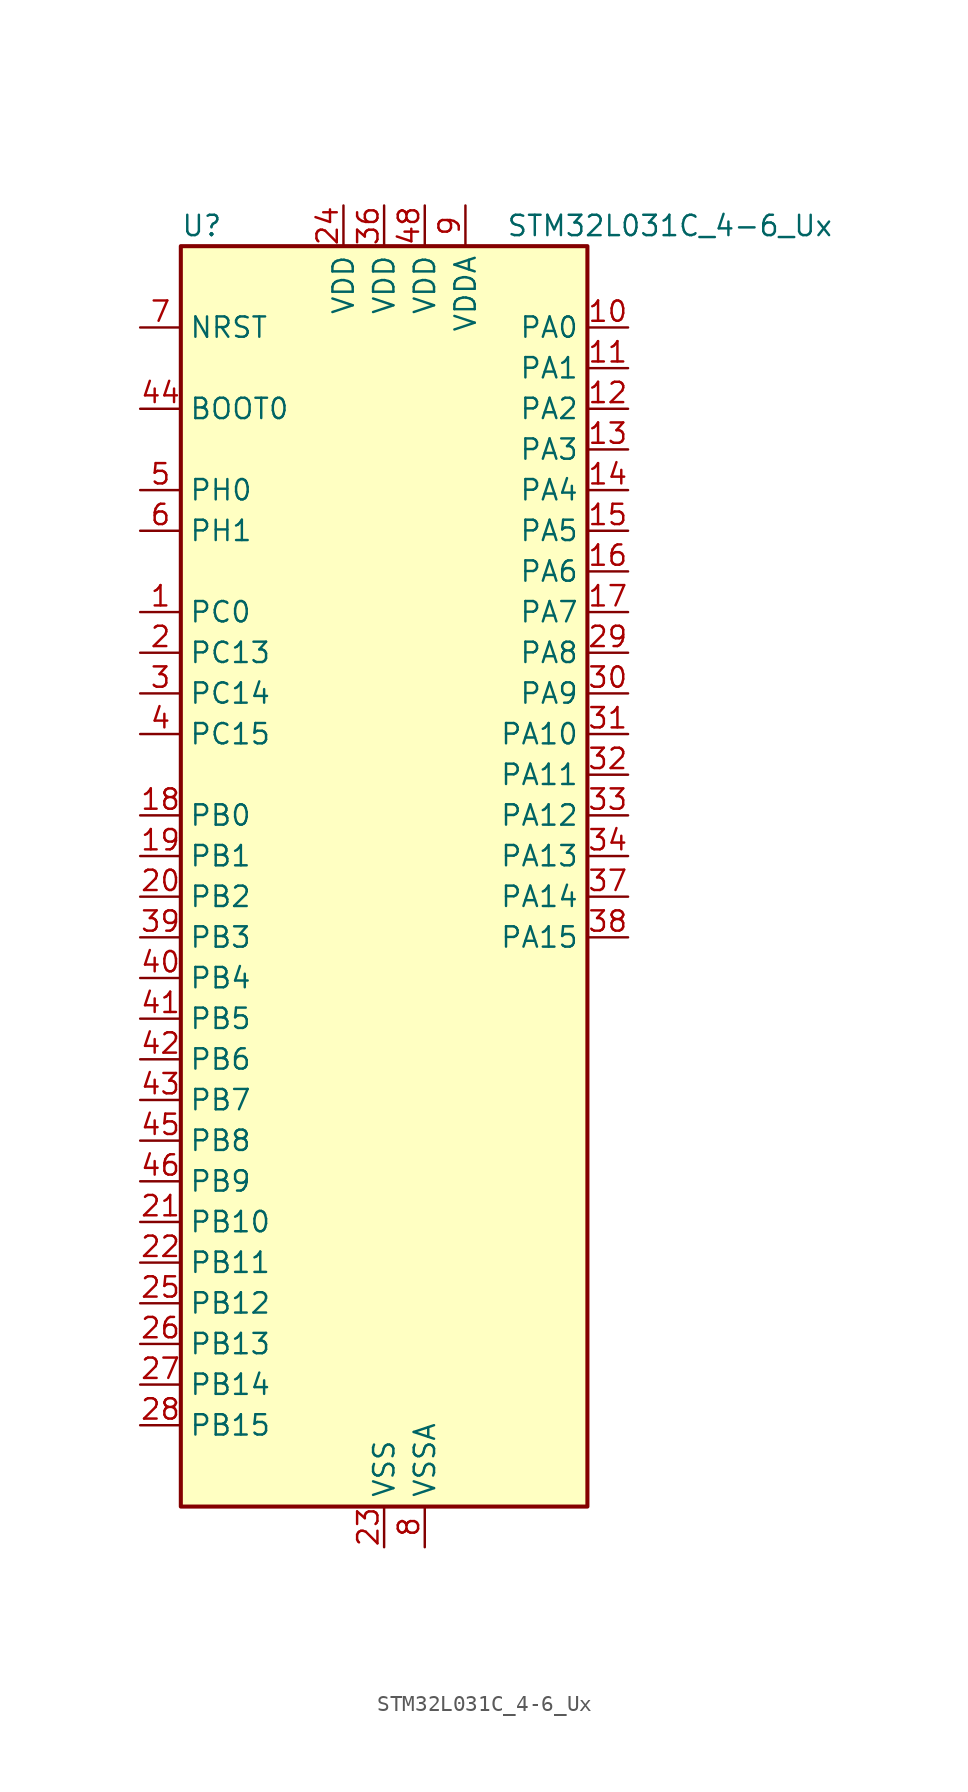
<source format=kicad_sym>
(kicad_symbol_lib
  (version 20241209)
  (generator "kicad_symbol_editor")
  (generator_version "9.0")
  (symbol "STM32L031C_4-6_Ux"
    (property "Reference" "U"
      (at -12.7 41.91 0)
      (effects (font (size 1.27 1.27)) (justify left)))
    (property "Value" "STM32L031C_4-6_Ux"
      (at 7.62 41.91 0)
      (effects (font (size 1.27 1.27)) (justify left)))
    (symbol "STM32L031C_4-6_Ux_0_1"
      (rectangle (start -12.7 -38.1) (end 12.7 40.64) (stroke (width 0.254) (type default)) (fill (type background))))
    (symbol "STM32L031C_4-6_Ux_1_1"
      (pin input line (at -15.24 35.56 0) (length 2.54) (name "NRST" (effects (font (size 1.27 1.27)))) (number "7" (effects (font (size 1.27 1.27)))))
      (pin input line (at -15.24 30.48 0) (length 2.54) (name "BOOT0" (effects (font (size 1.27 1.27)))) (number "44" (effects (font (size 1.27 1.27)))))
      (pin bidirectional line (at -15.24 25.4 0) (length 2.54) (name "PH0" (effects (font (size 1.27 1.27)))) (number "5" (effects (font (size 1.27 1.27)))) (alternate "RCC_OSC_IN" bidirectional line))
      (pin bidirectional line (at -15.24 22.86 0) (length 2.54) (name "PH1" (effects (font (size 1.27 1.27)))) (number "6" (effects (font (size 1.27 1.27)))) (alternate "RCC_OSC_OUT" bidirectional line))
      (pin bidirectional line (at -15.24 17.78 0) (length 2.54) (name "PC0" (effects (font (size 1.27 1.27)))) (number "1" (effects (font (size 1.27 1.27)))) (alternate "LPTIM1_IN1" bidirectional line) (alternate "LPUART1_RX" bidirectional line))
      (pin bidirectional line (at -15.24 15.24 0) (length 2.54) (name "PC13" (effects (font (size 1.27 1.27)))) (number "2" (effects (font (size 1.27 1.27)))) (alternate "RTC_TAMP1" bidirectional line) (alternate "SYS_WKUP2" bidirectional line))
      (pin bidirectional line (at -15.24 12.7 0) (length 2.54) (name "PC14" (effects (font (size 1.27 1.27)))) (number "3" (effects (font (size 1.27 1.27)))) (alternate "RCC_OSC32_IN" bidirectional line))
      (pin bidirectional line (at -15.24 10.16 0) (length 2.54) (name "PC15" (effects (font (size 1.27 1.27)))) (number "4" (effects (font (size 1.27 1.27)))) (alternate "RCC_OSC32_OUT" bidirectional line))
      (pin bidirectional line (at -15.24 5.08 0) (length 2.54) (name "PB0" (effects (font (size 1.27 1.27)))) (number "18" (effects (font (size 1.27 1.27)))) (alternate "ADC_IN8" bidirectional line) (alternate "SPI1_MISO" bidirectional line) (alternate "SYS_VREF_OUT_PB0" bidirectional line) (alternate "TIM2_CH3" bidirectional line) (alternate "USART2_DE" bidirectional line) (alternate "USART2_RTS" bidirectional line))
      (pin bidirectional line (at -15.24 2.54 0) (length 2.54) (name "PB1" (effects (font (size 1.27 1.27)))) (number "19" (effects (font (size 1.27 1.27)))) (alternate "ADC_IN9" bidirectional line) (alternate "LPUART1_DE" bidirectional line) (alternate "LPUART1_RTS" bidirectional line) (alternate "SPI1_MOSI" bidirectional line) (alternate "SYS_VREF_OUT_PB1" bidirectional line) (alternate "TIM2_CH4" bidirectional line) (alternate "USART2_CK" bidirectional line))
      (pin bidirectional line (at -15.24 0 0) (length 2.54) (name "PB2" (effects (font (size 1.27 1.27)))) (number "20" (effects (font (size 1.27 1.27)))) (alternate "LPTIM1_OUT" bidirectional line))
      (pin bidirectional line (at -15.24 -2.54 0) (length 2.54) (name "PB3" (effects (font (size 1.27 1.27)))) (number "39" (effects (font (size 1.27 1.27)))) (alternate "COMP2_INM" bidirectional line) (alternate "SPI1_SCK" bidirectional line) (alternate "TIM2_CH2" bidirectional line))
      (pin bidirectional line (at -15.24 -5.08 0) (length 2.54) (name "PB4" (effects (font (size 1.27 1.27)))) (number "40" (effects (font (size 1.27 1.27)))) (alternate "COMP2_INP" bidirectional line) (alternate "SPI1_MISO" bidirectional line) (alternate "TIM22_CH1" bidirectional line))
      (pin bidirectional line (at -15.24 -7.62 0) (length 2.54) (name "PB5" (effects (font (size 1.27 1.27)))) (number "41" (effects (font (size 1.27 1.27)))) (alternate "COMP2_INP" bidirectional line) (alternate "I2C1_SMBA" bidirectional line) (alternate "LPTIM1_IN1" bidirectional line) (alternate "SPI1_MOSI" bidirectional line) (alternate "TIM22_CH2" bidirectional line))
      (pin bidirectional line (at -15.24 -10.16 0) (length 2.54) (name "PB6" (effects (font (size 1.27 1.27)))) (number "42" (effects (font (size 1.27 1.27)))) (alternate "COMP2_INP" bidirectional line) (alternate "I2C1_SCL" bidirectional line) (alternate "LPTIM1_ETR" bidirectional line) (alternate "TIM21_CH1" bidirectional line) (alternate "USART2_TX" bidirectional line))
      (pin bidirectional line (at -15.24 -12.7 0) (length 2.54) (name "PB7" (effects (font (size 1.27 1.27)))) (number "43" (effects (font (size 1.27 1.27)))) (alternate "COMP2_INP" bidirectional line) (alternate "I2C1_SDA" bidirectional line) (alternate "LPTIM1_IN2" bidirectional line) (alternate "SYS_PVD_IN" bidirectional line) (alternate "USART2_RX" bidirectional line))
      (pin bidirectional line (at -15.24 -15.24 0) (length 2.54) (name "PB8" (effects (font (size 1.27 1.27)))) (number "45" (effects (font (size 1.27 1.27)))) (alternate "I2C1_SCL" bidirectional line))
      (pin bidirectional line (at -15.24 -17.78 0) (length 2.54) (name "PB9" (effects (font (size 1.27 1.27)))) (number "46" (effects (font (size 1.27 1.27)))) (alternate "I2C1_SDA" bidirectional line))
      (pin bidirectional line (at -15.24 -20.32 0) (length 2.54) (name "PB10" (effects (font (size 1.27 1.27)))) (number "21" (effects (font (size 1.27 1.27)))) (alternate "LPUART1_TX" bidirectional line) (alternate "TIM2_CH3" bidirectional line))
      (pin bidirectional line (at -15.24 -22.86 0) (length 2.54) (name "PB11" (effects (font (size 1.27 1.27)))) (number "22" (effects (font (size 1.27 1.27)))) (alternate "ADC_EXTI11" bidirectional line) (alternate "LPUART1_RX" bidirectional line) (alternate "TIM2_CH4" bidirectional line))
      (pin bidirectional line (at -15.24 -25.4 0) (length 2.54) (name "PB12" (effects (font (size 1.27 1.27)))) (number "25" (effects (font (size 1.27 1.27)))) (alternate "SPI1_NSS" bidirectional line))
      (pin bidirectional line (at -15.24 -27.94 0) (length 2.54) (name "PB13" (effects (font (size 1.27 1.27)))) (number "26" (effects (font (size 1.27 1.27)))) (alternate "LPUART1_CTS" bidirectional line) (alternate "RCC_MCO" bidirectional line) (alternate "SPI1_SCK" bidirectional line) (alternate "TIM21_CH1" bidirectional line))
      (pin bidirectional line (at -15.24 -30.48 0) (length 2.54) (name "PB14" (effects (font (size 1.27 1.27)))) (number "27" (effects (font (size 1.27 1.27)))) (alternate "LPUART1_DE" bidirectional line) (alternate "LPUART1_RTS" bidirectional line) (alternate "RTC_OUT_ALARM" bidirectional line) (alternate "RTC_OUT_CALIB" bidirectional line) (alternate "SPI1_MISO" bidirectional line) (alternate "TIM21_CH2" bidirectional line))
      (pin bidirectional line (at -15.24 -33.02 0) (length 2.54) (name "PB15" (effects (font (size 1.27 1.27)))) (number "28" (effects (font (size 1.27 1.27)))) (alternate "RTC_REFIN" bidirectional line) (alternate "SPI1_MOSI" bidirectional line))
      (pin power_in line (at -2.54 43.18 270) (length 2.54) (name "VDD" (effects (font (size 1.27 1.27)))) (number "24" (effects (font (size 1.27 1.27)))))
      (pin power_in line (at 0 43.18 270) (length 2.54) (name "VDD" (effects (font (size 1.27 1.27)))) (number "36" (effects (font (size 1.27 1.27)))))
      (pin power_in line (at 0 -40.64 90) (length 2.54) (name "VSS" (effects (font (size 1.27 1.27)))) (number "23" (effects (font (size 1.27 1.27)))))
      (pin passive line (at 0 -40.64 90) (length 2.54) (hide yes) (name "VSS" (effects (font (size 1.27 1.27)))) (number "35" (effects (font (size 1.27 1.27)))))
      (pin passive line (at 0 -40.64 90) (length 2.54) (hide yes) (name "VSS" (effects (font (size 1.27 1.27)))) (number "47" (effects (font (size 1.27 1.27)))))
      (pin passive line (at 0 -40.64 90) (length 2.54) (hide yes) (name "VSS" (effects (font (size 1.27 1.27)))) (number "49" (effects (font (size 1.27 1.27)))))
      (pin power_in line (at 2.54 43.18 270) (length 2.54) (name "VDD" (effects (font (size 1.27 1.27)))) (number "48" (effects (font (size 1.27 1.27)))))
      (pin power_in line (at 2.54 -40.64 90) (length 2.54) (name "VSSA" (effects (font (size 1.27 1.27)))) (number "8" (effects (font (size 1.27 1.27)))))
      (pin power_in line (at 5.08 43.18 270) (length 2.54) (name "VDDA" (effects (font (size 1.27 1.27)))) (number "9" (effects (font (size 1.27 1.27)))))
      (pin bidirectional line (at 15.24 35.56 180) (length 2.54) (name "PA0" (effects (font (size 1.27 1.27)))) (number "10" (effects (font (size 1.27 1.27)))) (alternate "ADC_IN0" bidirectional line) (alternate "COMP1_INM" bidirectional line) (alternate "COMP1_OUT" bidirectional line) (alternate "LPTIM1_IN1" bidirectional line) (alternate "RTC_TAMP2" bidirectional line) (alternate "SYS_WKUP1" bidirectional line) (alternate "TIM2_CH1" bidirectional line) (alternate "TIM2_ETR" bidirectional line) (alternate "USART2_CTS" bidirectional line))
      (pin bidirectional line (at 15.24 33.02 180) (length 2.54) (name "PA1" (effects (font (size 1.27 1.27)))) (number "11" (effects (font (size 1.27 1.27)))) (alternate "ADC_IN1" bidirectional line) (alternate "COMP1_INP" bidirectional line) (alternate "I2C1_SMBA" bidirectional line) (alternate "LPTIM1_IN2" bidirectional line) (alternate "TIM21_ETR" bidirectional line) (alternate "TIM2_CH2" bidirectional line) (alternate "USART2_DE" bidirectional line) (alternate "USART2_RTS" bidirectional line))
      (pin bidirectional line (at 15.24 30.48 180) (length 2.54) (name "PA2" (effects (font (size 1.27 1.27)))) (number "12" (effects (font (size 1.27 1.27)))) (alternate "ADC_IN2" bidirectional line) (alternate "COMP2_INM" bidirectional line) (alternate "COMP2_OUT" bidirectional line) (alternate "LPUART1_TX" bidirectional line) (alternate "RTC_OUT_ALARM" bidirectional line) (alternate "RTC_OUT_CALIB" bidirectional line) (alternate "RTC_TAMP3" bidirectional line) (alternate "RTC_TS" bidirectional line) (alternate "SYS_WKUP3" bidirectional line) (alternate "TIM21_CH1" bidirectional line) (alternate "TIM2_CH3" bidirectional line) (alternate "USART2_TX" bidirectional line))
      (pin bidirectional line (at 15.24 27.94 180) (length 2.54) (name "PA3" (effects (font (size 1.27 1.27)))) (number "13" (effects (font (size 1.27 1.27)))) (alternate "ADC_IN3" bidirectional line) (alternate "COMP2_INP" bidirectional line) (alternate "LPUART1_RX" bidirectional line) (alternate "TIM21_CH2" bidirectional line) (alternate "TIM2_CH4" bidirectional line) (alternate "USART2_RX" bidirectional line))
      (pin bidirectional line (at 15.24 25.4 180) (length 2.54) (name "PA4" (effects (font (size 1.27 1.27)))) (number "14" (effects (font (size 1.27 1.27)))) (alternate "ADC_IN4" bidirectional line) (alternate "COMP1_INM" bidirectional line) (alternate "COMP2_INM" bidirectional line) (alternate "LPTIM1_IN1" bidirectional line) (alternate "SPI1_NSS" bidirectional line) (alternate "TIM22_ETR" bidirectional line) (alternate "USART2_CK" bidirectional line))
      (pin bidirectional line (at 15.24 22.86 180) (length 2.54) (name "PA5" (effects (font (size 1.27 1.27)))) (number "15" (effects (font (size 1.27 1.27)))) (alternate "ADC_IN5" bidirectional line) (alternate "COMP1_INM" bidirectional line) (alternate "COMP2_INM" bidirectional line) (alternate "LPTIM1_IN2" bidirectional line) (alternate "SPI1_SCK" bidirectional line) (alternate "TIM2_CH1" bidirectional line) (alternate "TIM2_ETR" bidirectional line))
      (pin bidirectional line (at 15.24 20.32 180) (length 2.54) (name "PA6" (effects (font (size 1.27 1.27)))) (number "16" (effects (font (size 1.27 1.27)))) (alternate "ADC_IN6" bidirectional line) (alternate "COMP1_OUT" bidirectional line) (alternate "LPTIM1_ETR" bidirectional line) (alternate "LPUART1_CTS" bidirectional line) (alternate "SPI1_MISO" bidirectional line) (alternate "TIM22_CH1" bidirectional line))
      (pin bidirectional line (at 15.24 17.78 180) (length 2.54) (name "PA7" (effects (font (size 1.27 1.27)))) (number "17" (effects (font (size 1.27 1.27)))) (alternate "ADC_IN7" bidirectional line) (alternate "COMP2_OUT" bidirectional line) (alternate "LPTIM1_OUT" bidirectional line) (alternate "SPI1_MOSI" bidirectional line) (alternate "TIM22_CH2" bidirectional line) (alternate "USART2_CTS" bidirectional line))
      (pin bidirectional line (at 15.24 15.24 180) (length 2.54) (name "PA8" (effects (font (size 1.27 1.27)))) (number "29" (effects (font (size 1.27 1.27)))) (alternate "LPTIM1_IN1" bidirectional line) (alternate "RCC_MCO" bidirectional line) (alternate "TIM2_CH1" bidirectional line) (alternate "USART2_CK" bidirectional line))
      (pin bidirectional line (at 15.24 12.7 180) (length 2.54) (name "PA9" (effects (font (size 1.27 1.27)))) (number "30" (effects (font (size 1.27 1.27)))) (alternate "I2C1_SCL" bidirectional line) (alternate "RCC_MCO" bidirectional line) (alternate "TIM22_CH1" bidirectional line) (alternate "USART2_TX" bidirectional line))
      (pin bidirectional line (at 15.24 10.16 180) (length 2.54) (name "PA10" (effects (font (size 1.27 1.27)))) (number "31" (effects (font (size 1.27 1.27)))) (alternate "I2C1_SDA" bidirectional line) (alternate "TIM22_CH2" bidirectional line) (alternate "USART2_RX" bidirectional line))
      (pin bidirectional line (at 15.24 7.62 180) (length 2.54) (name "PA11" (effects (font (size 1.27 1.27)))) (number "32" (effects (font (size 1.27 1.27)))) (alternate "ADC_EXTI11" bidirectional line) (alternate "COMP1_OUT" bidirectional line) (alternate "SPI1_MISO" bidirectional line) (alternate "TIM21_CH2" bidirectional line) (alternate "USART2_CTS" bidirectional line))
      (pin bidirectional line (at 15.24 5.08 180) (length 2.54) (name "PA12" (effects (font (size 1.27 1.27)))) (number "33" (effects (font (size 1.27 1.27)))) (alternate "COMP2_OUT" bidirectional line) (alternate "SPI1_MOSI" bidirectional line) (alternate "USART2_DE" bidirectional line) (alternate "USART2_RTS" bidirectional line))
      (pin bidirectional line (at 15.24 2.54 180) (length 2.54) (name "PA13" (effects (font (size 1.27 1.27)))) (number "34" (effects (font (size 1.27 1.27)))) (alternate "LPTIM1_ETR" bidirectional line) (alternate "LPUART1_RX" bidirectional line) (alternate "SYS_SWDIO" bidirectional line))
      (pin bidirectional line (at 15.24 0 180) (length 2.54) (name "PA14" (effects (font (size 1.27 1.27)))) (number "37" (effects (font (size 1.27 1.27)))) (alternate "I2C1_SMBA" bidirectional line) (alternate "LPTIM1_OUT" bidirectional line) (alternate "LPUART1_TX" bidirectional line) (alternate "SYS_SWCLK" bidirectional line) (alternate "USART2_TX" bidirectional line))
      (pin bidirectional line (at 15.24 -2.54 180) (length 2.54) (name "PA15" (effects (font (size 1.27 1.27)))) (number "38" (effects (font (size 1.27 1.27)))) (alternate "SPI1_NSS" bidirectional line) (alternate "TIM2_CH1" bidirectional line) (alternate "TIM2_ETR" bidirectional line) (alternate "USART2_RX" bidirectional line)))))
</source>
